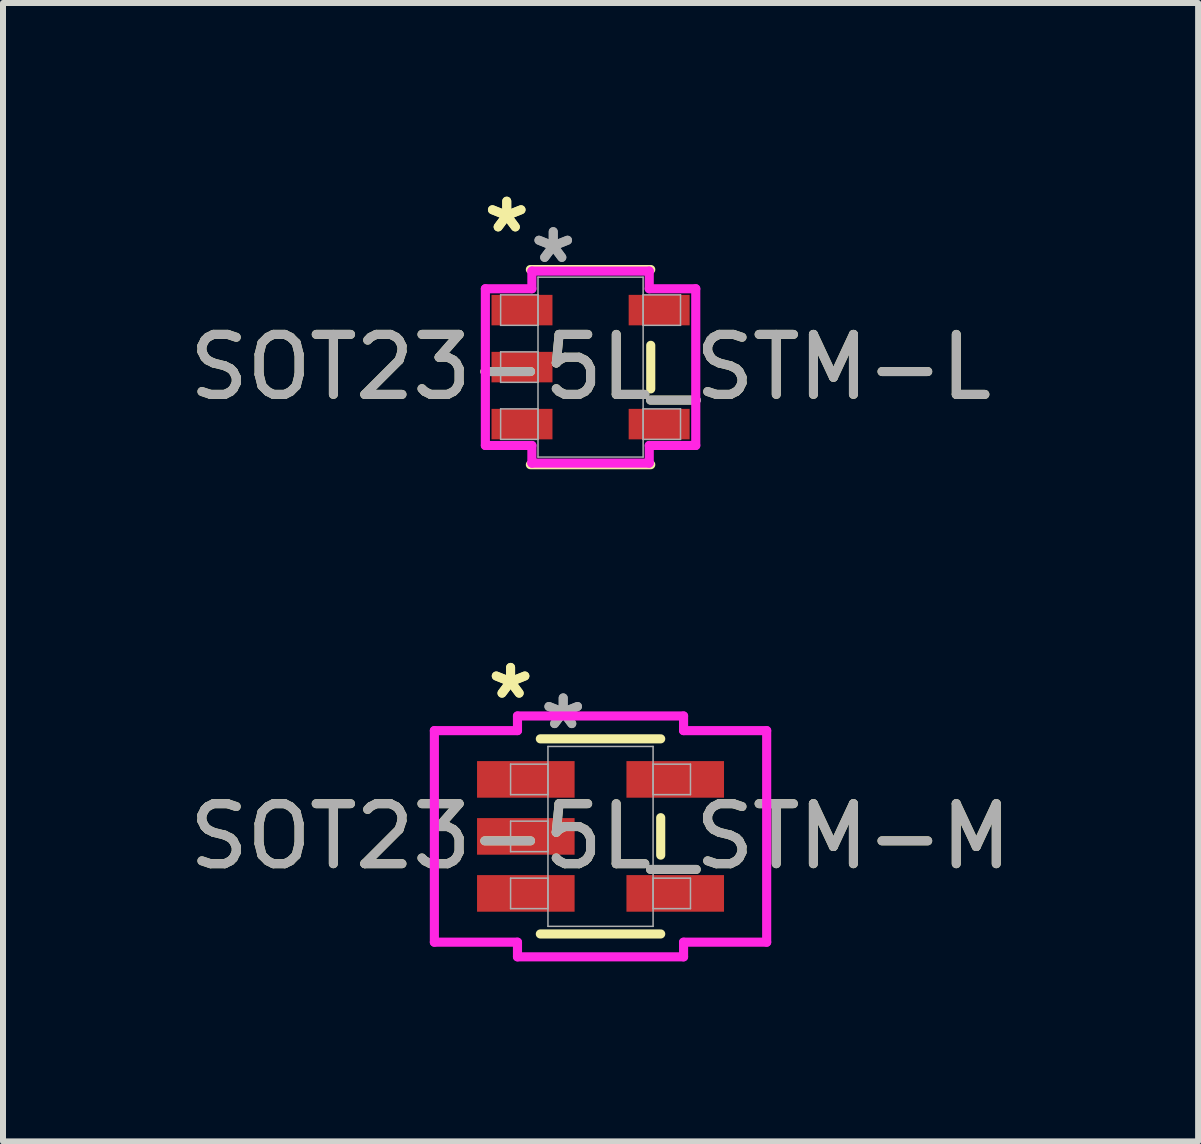
<source format=kicad_pcb>
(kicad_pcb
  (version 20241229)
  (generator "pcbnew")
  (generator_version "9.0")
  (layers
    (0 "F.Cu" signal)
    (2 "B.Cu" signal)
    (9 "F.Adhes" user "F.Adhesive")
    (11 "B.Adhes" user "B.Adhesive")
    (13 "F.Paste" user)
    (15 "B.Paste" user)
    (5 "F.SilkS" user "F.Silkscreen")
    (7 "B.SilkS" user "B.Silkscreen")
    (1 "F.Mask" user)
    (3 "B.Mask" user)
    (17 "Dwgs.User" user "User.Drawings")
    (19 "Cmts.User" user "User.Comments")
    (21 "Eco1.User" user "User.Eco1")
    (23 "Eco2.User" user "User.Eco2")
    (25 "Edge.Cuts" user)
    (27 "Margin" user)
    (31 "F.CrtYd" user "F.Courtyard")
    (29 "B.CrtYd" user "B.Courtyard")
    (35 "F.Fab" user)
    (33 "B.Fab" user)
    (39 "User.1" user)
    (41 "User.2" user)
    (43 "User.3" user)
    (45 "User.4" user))
  (footprint "SOT23-5L_STM-L"
    (layer "F.Cu")
    (at 6.792 3.068)
    (property "Reference" "SOT23-5L_STM-L" (at 0 0 0) (unlocked yes) (layer "F.SilkS") (effects (font (size 1 1) (thickness 0.15))))
    (attr smd)
    (fp_line (start -1.003 1.626) (end 1.003 1.626) (stroke (width 0.152) (type solid)) (layer "F.SilkS"))
    (fp_line (start 1.003 -1.626) (end -1.003 -1.626) (stroke (width 0.152) (type solid)) (layer "F.SilkS"))
    (fp_line (start 1.003 0.363) (end 1.003 -0.363) (stroke (width 0.152) (type solid)) (layer "F.SilkS"))
    (fp_line (start -1.753 -1.306) (end -0.978 -1.306) (stroke (width 0.152) (type solid)) (layer "F.CrtYd"))
    (fp_line (start -1.753 1.306) (end -1.753 -1.306) (stroke (width 0.152) (type solid)) (layer "F.CrtYd"))
    (fp_line (start -0.978 -1.6) (end 0.978 -1.6) (stroke (width 0.152) (type solid)) (layer "F.CrtYd"))
    (fp_line (start -0.978 -1.306) (end -0.978 -1.6) (stroke (width 0.152) (type solid)) (layer "F.CrtYd"))
    (fp_line (start -0.978 1.306) (end -1.753 1.306) (stroke (width 0.152) (type solid)) (layer "F.CrtYd"))
    (fp_line (start -0.978 1.6) (end -0.978 1.306) (stroke (width 0.152) (type solid)) (layer "F.CrtYd"))
    (fp_line (start 0.978 -1.6) (end 0.978 -1.306) (stroke (width 0.152) (type solid)) (layer "F.CrtYd"))
    (fp_line (start 0.978 -1.306) (end 1.753 -1.306) (stroke (width 0.152) (type solid)) (layer "F.CrtYd"))
    (fp_line (start 0.978 1.306) (end 0.978 1.6) (stroke (width 0.152) (type solid)) (layer "F.CrtYd"))
    (fp_line (start 0.978 1.6) (end -0.978 1.6) (stroke (width 0.152) (type solid)) (layer "F.CrtYd"))
    (fp_line (start 1.753 -1.306) (end 1.753 1.306) (stroke (width 0.152) (type solid)) (layer "F.CrtYd"))
    (fp_line (start 1.753 1.306) (end 0.978 1.306) (stroke (width 0.152) (type solid)) (layer "F.CrtYd"))
    (fp_line (start -1.499 -1.204) (end -1.499 -0.696) (stroke (width 0.025) (type solid)) (layer "F.Fab"))
    (fp_line (start -1.499 -0.696) (end -0.876 -0.696) (stroke (width 0.025) (type solid)) (layer "F.Fab"))
    (fp_line (start -1.499 -0.254) (end -1.499 0.254) (stroke (width 0.025) (type solid)) (layer "F.Fab"))
    (fp_line (start -1.499 0.254) (end -0.876 0.254) (stroke (width 0.025) (type solid)) (layer "F.Fab"))
    (fp_line (start -1.499 0.696) (end -1.499 1.204) (stroke (width 0.025) (type solid)) (layer "F.Fab"))
    (fp_line (start -1.499 1.204) (end -0.876 1.204) (stroke (width 0.025) (type solid)) (layer "F.Fab"))
    (fp_line (start -0.876 -1.499) (end -0.876 1.499) (stroke (width 0.025) (type solid)) (layer "F.Fab"))
    (fp_line (start -0.876 -1.204) (end -1.499 -1.204) (stroke (width 0.025) (type solid)) (layer "F.Fab"))
    (fp_line (start -0.876 -0.696) (end -0.876 -1.204) (stroke (width 0.025) (type solid)) (layer "F.Fab"))
    (fp_line (start -0.876 -0.254) (end -1.499 -0.254) (stroke (width 0.025) (type solid)) (layer "F.Fab"))
    (fp_line (start -0.876 0.254) (end -0.876 -0.254) (stroke (width 0.025) (type solid)) (layer "F.Fab"))
    (fp_line (start -0.876 0.696) (end -1.499 0.696) (stroke (width 0.025) (type solid)) (layer "F.Fab"))
    (fp_line (start -0.876 1.204) (end -0.876 0.696) (stroke (width 0.025) (type solid)) (layer "F.Fab"))
    (fp_line (start -0.876 1.499) (end 0.876 1.499) (stroke (width 0.025) (type solid)) (layer "F.Fab"))
    (fp_line (start 0.876 -1.499) (end -0.876 -1.499) (stroke (width 0.025) (type solid)) (layer "F.Fab"))
    (fp_line (start 0.876 -1.204) (end 0.876 -0.696) (stroke (width 0.025) (type solid)) (layer "F.Fab"))
    (fp_line (start 0.876 -0.696) (end 1.499 -0.696) (stroke (width 0.025) (type solid)) (layer "F.Fab"))
    (fp_line (start 0.876 0.696) (end 0.876 1.204) (stroke (width 0.025) (type solid)) (layer "F.Fab"))
    (fp_line (start 0.876 1.204) (end 1.499 1.204) (stroke (width 0.025) (type solid)) (layer "F.Fab"))
    (fp_line (start 0.876 1.499) (end 0.876 -1.499) (stroke (width 0.025) (type solid)) (layer "F.Fab"))
    (fp_line (start 1.499 -1.204) (end 0.876 -1.204) (stroke (width 0.025) (type solid)) (layer "F.Fab"))
    (fp_line (start 1.499 -0.696) (end 1.499 -1.204) (stroke (width 0.025) (type solid)) (layer "F.Fab"))
    (fp_line (start 1.499 0.696) (end 0.876 0.696) (stroke (width 0.025) (type solid)) (layer "F.Fab"))
    (fp_line (start 1.499 1.204) (end 1.499 0.696) (stroke (width 0.025) (type solid)) (layer "F.Fab"))
    (fp_text user "*" (at -1.397 -2.22 0) (unlocked yes) (layer "F.SilkS") (effects (font (size 1 1) (thickness 0.15))))
    (fp_text user "*" (at -1.397 -2.22 0) (layer "F.SilkS") (effects (font (size 1 1) (thickness 0.15))))
    (fp_text user "*" (at -0.622 -1.712 0) (unlocked yes) (layer "F.Fab") (effects (font (size 1 1) (thickness 0.15))))
    (fp_text user "${REFERENCE}" (at 0 0 0) (unlocked yes) (layer "F.Fab") (effects (font (size 1 1) (thickness 0.15))))
    (fp_text user "*" (at -0.622 -1.712 0) (layer "F.Fab") (effects (font (size 1 1) (thickness 0.15))))
    (pad "1" smd rect (at -1.143 -0.95) (size 1.016 0.508) (layers "F.Cu" "F.Mask" "F.Paste"))
    (pad "2" smd rect (at -1.143 0) (size 1.016 0.508) (layers "F.Cu" "F.Mask" "F.Paste"))
    (pad "3" smd rect (at -1.143 0.95) (size 1.016 0.508) (layers "F.Cu" "F.Mask" "F.Paste"))
    (pad "4" smd rect (at 1.143 0.95) (size 1.016 0.508) (layers "F.Cu" "F.Mask" "F.Paste"))
    (pad "5" smd rect (at 1.143 -0.95) (size 1.016 0.508) (layers "F.Cu" "F.Mask" "F.Paste")))
  (footprint "SOT23-5L_STM-M"
    (layer "F.Cu")
    (at 6.958 10.889)
    (property "Reference" "SOT23-5L_STM-M" (at 0 0 0) (unlocked yes) (layer "F.SilkS") (effects (font (size 1 1) (thickness 0.15))))
    (attr smd)
    (fp_line (start -1.003 1.626) (end 1.003 1.626) (stroke (width 0.152) (type solid)) (layer "F.SilkS"))
    (fp_line (start 1.003 -1.626) (end -1.003 -1.626) (stroke (width 0.152) (type solid)) (layer "F.SilkS"))
    (fp_line (start 1.003 0.312) (end 1.003 -0.312) (stroke (width 0.152) (type solid)) (layer "F.SilkS"))
    (fp_line (start -2.769 -1.763) (end -1.384 -1.763) (stroke (width 0.152) (type solid)) (layer "F.CrtYd"))
    (fp_line (start -2.769 1.763) (end -2.769 -1.763) (stroke (width 0.152) (type solid)) (layer "F.CrtYd"))
    (fp_line (start -1.384 -2.007) (end 1.384 -2.007) (stroke (width 0.152) (type solid)) (layer "F.CrtYd"))
    (fp_line (start -1.384 -1.763) (end -1.384 -2.007) (stroke (width 0.152) (type solid)) (layer "F.CrtYd"))
    (fp_line (start -1.384 1.763) (end -2.769 1.763) (stroke (width 0.152) (type solid)) (layer "F.CrtYd"))
    (fp_line (start -1.384 2.007) (end -1.384 1.763) (stroke (width 0.152) (type solid)) (layer "F.CrtYd"))
    (fp_line (start 1.384 -2.007) (end 1.384 -1.763) (stroke (width 0.152) (type solid)) (layer "F.CrtYd"))
    (fp_line (start 1.384 -1.763) (end 2.769 -1.763) (stroke (width 0.152) (type solid)) (layer "F.CrtYd"))
    (fp_line (start 1.384 1.763) (end 1.384 2.007) (stroke (width 0.152) (type solid)) (layer "F.CrtYd"))
    (fp_line (start 1.384 2.007) (end -1.384 2.007) (stroke (width 0.152) (type solid)) (layer "F.CrtYd"))
    (fp_line (start 2.769 -1.763) (end 2.769 1.763) (stroke (width 0.152) (type solid)) (layer "F.CrtYd"))
    (fp_line (start 2.769 1.763) (end 1.384 1.763) (stroke (width 0.152) (type solid)) (layer "F.CrtYd"))
    (fp_line (start -1.499 -1.204) (end -1.499 -0.696) (stroke (width 0.025) (type solid)) (layer "F.Fab"))
    (fp_line (start -1.499 -0.696) (end -0.876 -0.696) (stroke (width 0.025) (type solid)) (layer "F.Fab"))
    (fp_line (start -1.499 -0.254) (end -1.499 0.254) (stroke (width 0.025) (type solid)) (layer "F.Fab"))
    (fp_line (start -1.499 0.254) (end -0.876 0.254) (stroke (width 0.025) (type solid)) (layer "F.Fab"))
    (fp_line (start -1.499 0.696) (end -1.499 1.204) (stroke (width 0.025) (type solid)) (layer "F.Fab"))
    (fp_line (start -1.499 1.204) (end -0.876 1.204) (stroke (width 0.025) (type solid)) (layer "F.Fab"))
    (fp_line (start -0.876 -1.499) (end -0.876 1.499) (stroke (width 0.025) (type solid)) (layer "F.Fab"))
    (fp_line (start -0.876 -1.204) (end -1.499 -1.204) (stroke (width 0.025) (type solid)) (layer "F.Fab"))
    (fp_line (start -0.876 -0.696) (end -0.876 -1.204) (stroke (width 0.025) (type solid)) (layer "F.Fab"))
    (fp_line (start -0.876 -0.254) (end -1.499 -0.254) (stroke (width 0.025) (type solid)) (layer "F.Fab"))
    (fp_line (start -0.876 0.254) (end -0.876 -0.254) (stroke (width 0.025) (type solid)) (layer "F.Fab"))
    (fp_line (start -0.876 0.696) (end -1.499 0.696) (stroke (width 0.025) (type solid)) (layer "F.Fab"))
    (fp_line (start -0.876 1.204) (end -0.876 0.696) (stroke (width 0.025) (type solid)) (layer "F.Fab"))
    (fp_line (start -0.876 1.499) (end 0.876 1.499) (stroke (width 0.025) (type solid)) (layer "F.Fab"))
    (fp_line (start 0.876 -1.499) (end -0.876 -1.499) (stroke (width 0.025) (type solid)) (layer "F.Fab"))
    (fp_line (start 0.876 -1.204) (end 0.876 -0.696) (stroke (width 0.025) (type solid)) (layer "F.Fab"))
    (fp_line (start 0.876 -0.696) (end 1.499 -0.696) (stroke (width 0.025) (type solid)) (layer "F.Fab"))
    (fp_line (start 0.876 0.696) (end 0.876 1.204) (stroke (width 0.025) (type solid)) (layer "F.Fab"))
    (fp_line (start 0.876 1.204) (end 1.499 1.204) (stroke (width 0.025) (type solid)) (layer "F.Fab"))
    (fp_line (start 0.876 1.499) (end 0.876 -1.499) (stroke (width 0.025) (type solid)) (layer "F.Fab"))
    (fp_line (start 1.499 -1.204) (end 0.876 -1.204) (stroke (width 0.025) (type solid)) (layer "F.Fab"))
    (fp_line (start 1.499 -0.696) (end 1.499 -1.204) (stroke (width 0.025) (type solid)) (layer "F.Fab"))
    (fp_line (start 1.499 0.696) (end 0.876 0.696) (stroke (width 0.025) (type solid)) (layer "F.Fab"))
    (fp_line (start 1.499 1.204) (end 1.499 0.696) (stroke (width 0.025) (type solid)) (layer "F.Fab"))
    (fp_text user "*" (at -1.499 -2.271 0) (layer "F.SilkS") (effects (font (size 1 1) (thickness 0.15))))
    (fp_text user "*" (at -1.499 -2.271 0) (unlocked yes) (layer "F.SilkS") (effects (font (size 1 1) (thickness 0.15))))
    (fp_text user "*" (at -0.622 -1.763 0) (layer "F.Fab") (effects (font (size 1 1) (thickness 0.15))))
    (fp_text user "${REFERENCE}" (at 0 0 0) (unlocked yes) (layer "F.Fab") (effects (font (size 1 1) (thickness 0.15))))
    (fp_text user "*" (at -0.622 -1.763 0) (unlocked yes) (layer "F.Fab") (effects (font (size 1 1) (thickness 0.15))))
    (pad "1" smd rect (at -1.245 -0.95) (size 1.626 0.61) (layers "F.Cu" "F.Mask" "F.Paste"))
    (pad "2" smd rect (at -1.245 0) (size 1.626 0.61) (layers "F.Cu" "F.Mask" "F.Paste"))
    (pad "3" smd rect (at -1.245 0.95) (size 1.626 0.61) (layers "F.Cu" "F.Mask" "F.Paste"))
    (pad "4" smd rect (at 1.245 0.95) (size 1.626 0.61) (layers "F.Cu" "F.Mask" "F.Paste"))
    (pad "5" smd rect (at 1.245 -0.95) (size 1.626 0.61) (layers "F.Cu" "F.Mask" "F.Paste")))
  (gr_rect
    (start -3 -3)
    (end 16.917 15.972)
    (stroke (width 0.1) (type default))
    (fill no)
    (layer "Edge.Cuts")))
</source>
